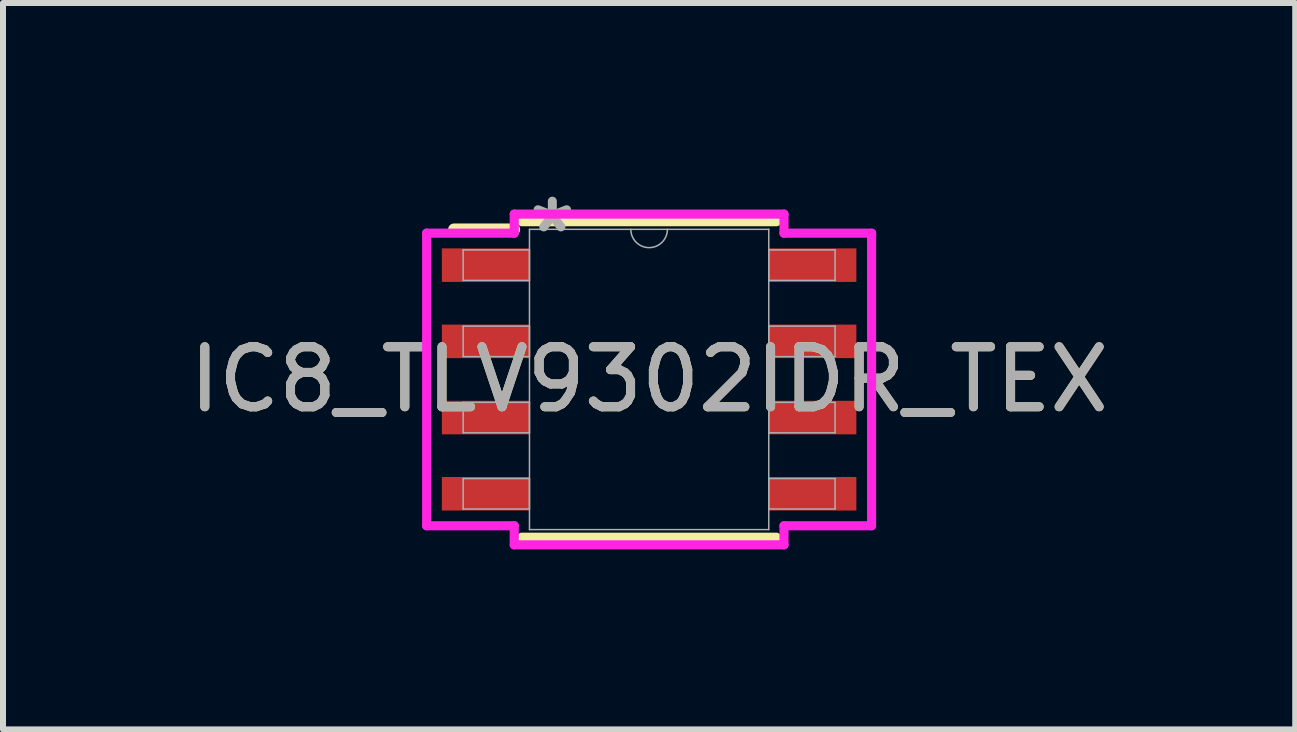
<source format=kicad_pcb>
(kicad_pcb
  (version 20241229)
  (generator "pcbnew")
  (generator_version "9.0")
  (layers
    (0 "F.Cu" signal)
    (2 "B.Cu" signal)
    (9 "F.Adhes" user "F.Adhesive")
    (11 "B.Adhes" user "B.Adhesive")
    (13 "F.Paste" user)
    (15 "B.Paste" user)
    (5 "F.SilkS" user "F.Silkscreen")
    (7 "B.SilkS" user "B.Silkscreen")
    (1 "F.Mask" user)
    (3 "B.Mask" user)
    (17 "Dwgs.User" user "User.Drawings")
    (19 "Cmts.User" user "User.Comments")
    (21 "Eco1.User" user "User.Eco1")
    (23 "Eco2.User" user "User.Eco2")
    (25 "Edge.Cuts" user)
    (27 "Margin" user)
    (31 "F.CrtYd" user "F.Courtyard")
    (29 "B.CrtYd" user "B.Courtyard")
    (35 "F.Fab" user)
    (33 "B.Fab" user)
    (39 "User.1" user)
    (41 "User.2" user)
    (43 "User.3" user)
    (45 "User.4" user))
  (footprint "IC8_TLV9302IDR_TEX"
    (layer "F.Cu")
    (at 7.768 3.274)
    (property "Reference" "IC8_TLV9302IDR_TEX" (at 0 0 0) (unlocked yes) (layer "F.SilkS") (effects (font (size 1 1) (thickness 0.15))))
    (attr smd)
    (fp_line (start -2.25 -2.5) (end -3.25 -2.5) (stroke (width 0.2) (type default)) (layer "F.SilkS"))
    (fp_line (start -2.121 2.629) (end 2.121 2.629) (stroke (width 0.152) (type solid)) (layer "F.SilkS"))
    (fp_line (start 2.121 -2.629) (end -2.121 -2.629) (stroke (width 0.152) (type solid)) (layer "F.SilkS"))
    (fp_line (start -3.708 -2.438) (end -2.248 -2.438) (stroke (width 0.152) (type solid)) (layer "F.CrtYd"))
    (fp_line (start -3.708 2.438) (end -3.708 -2.438) (stroke (width 0.152) (type solid)) (layer "F.CrtYd"))
    (fp_line (start -3.708 2.438) (end -2.248 2.438) (stroke (width 0.152) (type solid)) (layer "F.CrtYd"))
    (fp_line (start -2.248 -2.756) (end 2.248 -2.756) (stroke (width 0.152) (type solid)) (layer "F.CrtYd"))
    (fp_line (start -2.248 -2.438) (end -2.248 -2.756) (stroke (width 0.152) (type solid)) (layer "F.CrtYd"))
    (fp_line (start -2.248 2.756) (end -2.248 2.438) (stroke (width 0.152) (type solid)) (layer "F.CrtYd"))
    (fp_line (start 2.248 -2.756) (end 2.248 -2.438) (stroke (width 0.152) (type solid)) (layer "F.CrtYd"))
    (fp_line (start 2.248 2.438) (end 2.248 2.756) (stroke (width 0.152) (type solid)) (layer "F.CrtYd"))
    (fp_line (start 2.248 2.756) (end -2.248 2.756) (stroke (width 0.152) (type solid)) (layer "F.CrtYd"))
    (fp_line (start 3.708 -2.438) (end 2.248 -2.438) (stroke (width 0.152) (type solid)) (layer "F.CrtYd"))
    (fp_line (start 3.708 -2.438) (end 3.708 2.438) (stroke (width 0.152) (type solid)) (layer "F.CrtYd"))
    (fp_line (start 3.708 2.438) (end 2.248 2.438) (stroke (width 0.152) (type solid)) (layer "F.CrtYd"))
    (fp_line (start -3.099 -2.159) (end -3.099 -1.651) (stroke (width 0.025) (type solid)) (layer "F.Fab"))
    (fp_line (start -3.099 -1.651) (end -1.994 -1.651) (stroke (width 0.025) (type solid)) (layer "F.Fab"))
    (fp_line (start -3.099 -0.889) (end -3.099 -0.381) (stroke (width 0.025) (type solid)) (layer "F.Fab"))
    (fp_line (start -3.099 -0.381) (end -1.994 -0.381) (stroke (width 0.025) (type solid)) (layer "F.Fab"))
    (fp_line (start -3.099 0.381) (end -3.099 0.889) (stroke (width 0.025) (type solid)) (layer "F.Fab"))
    (fp_line (start -3.099 0.889) (end -1.994 0.889) (stroke (width 0.025) (type solid)) (layer "F.Fab"))
    (fp_line (start -3.099 1.651) (end -3.099 2.159) (stroke (width 0.025) (type solid)) (layer "F.Fab"))
    (fp_line (start -3.099 2.159) (end -1.994 2.159) (stroke (width 0.025) (type solid)) (layer "F.Fab"))
    (fp_line (start -1.994 -2.502) (end -1.994 2.502) (stroke (width 0.025) (type solid)) (layer "F.Fab"))
    (fp_line (start -1.994 -2.159) (end -3.099 -2.159) (stroke (width 0.025) (type solid)) (layer "F.Fab"))
    (fp_line (start -1.994 -1.651) (end -1.994 -2.159) (stroke (width 0.025) (type solid)) (layer "F.Fab"))
    (fp_line (start -1.994 -0.889) (end -3.099 -0.889) (stroke (width 0.025) (type solid)) (layer "F.Fab"))
    (fp_line (start -1.994 -0.381) (end -1.994 -0.889) (stroke (width 0.025) (type solid)) (layer "F.Fab"))
    (fp_line (start -1.994 0.381) (end -3.099 0.381) (stroke (width 0.025) (type solid)) (layer "F.Fab"))
    (fp_line (start -1.994 0.889) (end -1.994 0.381) (stroke (width 0.025) (type solid)) (layer "F.Fab"))
    (fp_line (start -1.994 1.651) (end -3.099 1.651) (stroke (width 0.025) (type solid)) (layer "F.Fab"))
    (fp_line (start -1.994 2.159) (end -1.994 1.651) (stroke (width 0.025) (type solid)) (layer "F.Fab"))
    (fp_line (start -1.994 2.502) (end 1.994 2.502) (stroke (width 0.025) (type solid)) (layer "F.Fab"))
    (fp_line (start 1.994 -2.502) (end -1.994 -2.502) (stroke (width 0.025) (type solid)) (layer "F.Fab"))
    (fp_line (start 1.994 -2.159) (end 1.994 -1.651) (stroke (width 0.025) (type solid)) (layer "F.Fab"))
    (fp_line (start 1.994 -1.651) (end 3.099 -1.651) (stroke (width 0.025) (type solid)) (layer "F.Fab"))
    (fp_line (start 1.994 -0.889) (end 1.994 -0.381) (stroke (width 0.025) (type solid)) (layer "F.Fab"))
    (fp_line (start 1.994 -0.381) (end 3.099 -0.381) (stroke (width 0.025) (type solid)) (layer "F.Fab"))
    (fp_line (start 1.994 0.381) (end 1.994 0.889) (stroke (width 0.025) (type solid)) (layer "F.Fab"))
    (fp_line (start 1.994 0.889) (end 3.099 0.889) (stroke (width 0.025) (type solid)) (layer "F.Fab"))
    (fp_line (start 1.994 1.651) (end 1.994 2.159) (stroke (width 0.025) (type solid)) (layer "F.Fab"))
    (fp_line (start 1.994 2.159) (end 3.099 2.159) (stroke (width 0.025) (type solid)) (layer "F.Fab"))
    (fp_line (start 1.994 2.502) (end 1.994 -2.502) (stroke (width 0.025) (type solid)) (layer "F.Fab"))
    (fp_line (start 3.099 -2.159) (end 1.994 -2.159) (stroke (width 0.025) (type solid)) (layer "F.Fab"))
    (fp_line (start 3.099 -1.651) (end 3.099 -2.159) (stroke (width 0.025) (type solid)) (layer "F.Fab"))
    (fp_line (start 3.099 -0.889) (end 1.994 -0.889) (stroke (width 0.025) (type solid)) (layer "F.Fab"))
    (fp_line (start 3.099 -0.381) (end 3.099 -0.889) (stroke (width 0.025) (type solid)) (layer "F.Fab"))
    (fp_line (start 3.099 0.381) (end 1.994 0.381) (stroke (width 0.025) (type solid)) (layer "F.Fab"))
    (fp_line (start 3.099 0.889) (end 3.099 0.381) (stroke (width 0.025) (type solid)) (layer "F.Fab"))
    (fp_line (start 3.099 1.651) (end 1.994 1.651) (stroke (width 0.025) (type solid)) (layer "F.Fab"))
    (fp_line (start 3.099 2.159) (end 3.099 1.651) (stroke (width 0.025) (type solid)) (layer "F.Fab"))
    (fp_arc (start 0.3048 -2.5019) (mid 0 -2.1971) (end -0.3048 -2.5019) (stroke (width 0.0254) (type solid)) (layer "F.Fab"))
    (fp_text user "*" (at -1.613 -2.426 0) (unlocked yes) (layer "F.Fab") (effects (font (size 1 1) (thickness 0.15))))
    (fp_text user "${REFERENCE}" (at 0 0 0) (unlocked yes) (layer "F.Fab") (effects (font (size 1 1) (thickness 0.15))))
    (pad "1" smd rect (at -2.724 -1.905) (size 1.46 0.559) (layers "F.Cu" "F.Mask" "F.Paste"))
    (pad "2" smd rect (at -2.724 -0.635) (size 1.46 0.559) (layers "F.Cu" "F.Mask" "F.Paste"))
    (pad "3" smd rect (at -2.724 0.635) (size 1.46 0.559) (layers "F.Cu" "F.Mask" "F.Paste"))
    (pad "4" smd rect (at -2.724 1.905) (size 1.46 0.559) (layers "F.Cu" "F.Mask" "F.Paste"))
    (pad "5" smd rect (at 2.724 1.905) (size 1.46 0.559) (layers "F.Cu" "F.Mask" "F.Paste"))
    (pad "6" smd rect (at 2.724 0.635) (size 1.46 0.559) (layers "F.Cu" "F.Mask" "F.Paste"))
    (pad "7" smd rect (at 2.724 -0.635) (size 1.46 0.559) (layers "F.Cu" "F.Mask" "F.Paste"))
    (pad "8" smd rect (at 2.724 -1.905) (size 1.46 0.559) (layers "F.Cu" "F.Mask" "F.Paste")))
  (gr_rect
    (start -3 -3)
    (end 18.536 9.106)
    (stroke (width 0.1) (type default))
    (fill no)
    (layer "Edge.Cuts")))
</source>
